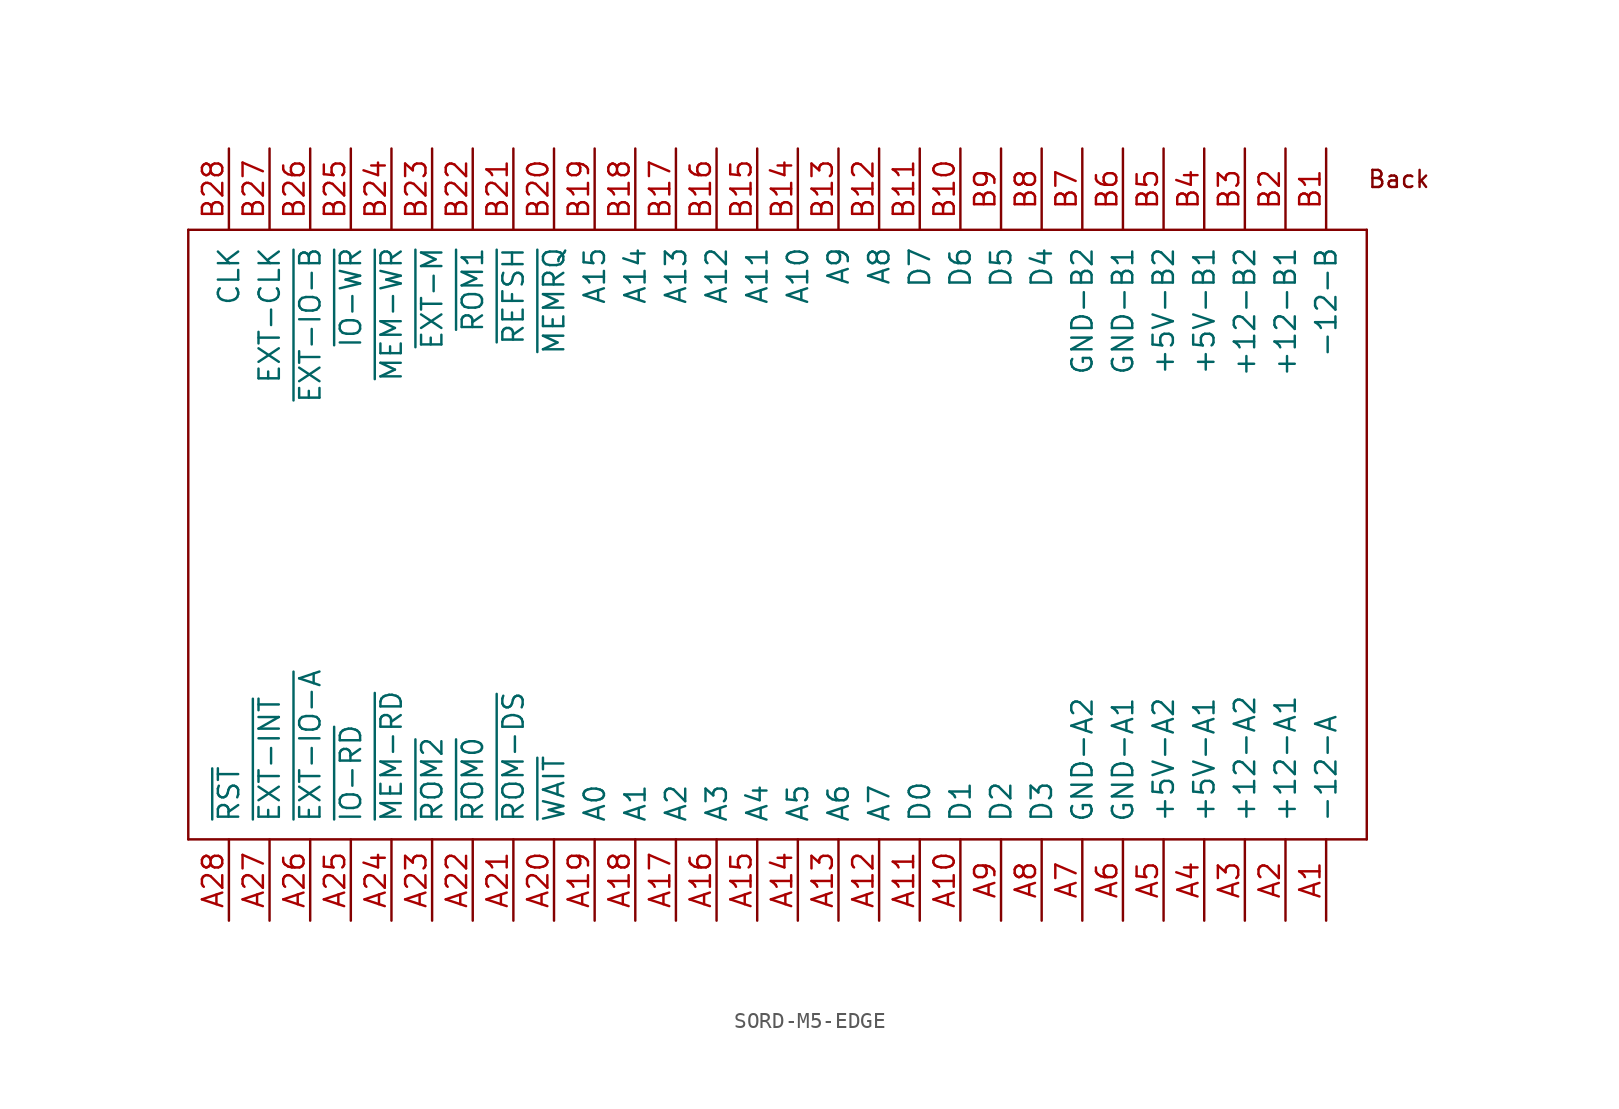
<source format=kicad_sym>
(kicad_symbol_lib
  (version 20231120)
  (generator "kicad_symbol_editor")
  (generator_version "8.0")
  (symbol "SORD-M5-EDGE"
    (pin_names
      (offset 1.016))
    (property "Reference" "U"
      (at 0 0 0)
      (effects (font (size 1.27 1.27)) (hide yes)))
    (symbol "SORD-M5-EDGE_1_0"
      (polyline (pts (xy -35.56 -17.78) (xy 38.1 -17.78)) (stroke (width 0) (type solid)) (fill (type none)))
      (polyline (pts (xy -35.56 20.32) (xy -35.56 -17.78)) (stroke (width 0) (type solid)) (fill (type none)))
      (polyline (pts (xy 38.1 -17.78) (xy 38.1 20.32)) (stroke (width 0) (type solid)) (fill (type none)))
      (polyline (pts (xy 38.1 20.32) (xy -35.56 20.32)) (stroke (width 0) (type solid)) (fill (type none)))
      (text "Back" (at 38.1 22.86 0) (effects (font (size 1.067 1.067)) (justify left bottom)))
      (pin power_out line (at 35.56 -22.86 90) (length 5.08) (name "-12-A" (effects (font (size 1.27 1.27)))) (number "A1" (effects (font (size 1.27 1.27)))))
      (pin bidirectional line (at 12.7 -22.86 90) (length 5.08) (name "D1" (effects (font (size 1.27 1.27)))) (number "A10" (effects (font (size 1.27 1.27)))))
      (pin bidirectional line (at 10.16 -22.86 90) (length 5.08) (name "D0" (effects (font (size 1.27 1.27)))) (number "A11" (effects (font (size 1.27 1.27)))))
      (pin output line (at 7.62 -22.86 90) (length 5.08) (name "A7" (effects (font (size 1.27 1.27)))) (number "A12" (effects (font (size 1.27 1.27)))))
      (pin output line (at 5.08 -22.86 90) (length 5.08) (name "A6" (effects (font (size 1.27 1.27)))) (number "A13" (effects (font (size 1.27 1.27)))))
      (pin output line (at 2.54 -22.86 90) (length 5.08) (name "A5" (effects (font (size 1.27 1.27)))) (number "A14" (effects (font (size 1.27 1.27)))))
      (pin output line (at 0 -22.86 90) (length 5.08) (name "A4" (effects (font (size 1.27 1.27)))) (number "A15" (effects (font (size 1.27 1.27)))))
      (pin output line (at -2.54 -22.86 90) (length 5.08) (name "A3" (effects (font (size 1.27 1.27)))) (number "A16" (effects (font (size 1.27 1.27)))))
      (pin output line (at -5.08 -22.86 90) (length 5.08) (name "A2" (effects (font (size 1.27 1.27)))) (number "A17" (effects (font (size 1.27 1.27)))))
      (pin output line (at -7.62 -22.86 90) (length 5.08) (name "A1" (effects (font (size 1.27 1.27)))) (number "A18" (effects (font (size 1.27 1.27)))))
      (pin output line (at -10.16 -22.86 90) (length 5.08) (name "A0" (effects (font (size 1.27 1.27)))) (number "A19" (effects (font (size 1.27 1.27)))))
      (pin power_out line (at 33.02 -22.86 90) (length 5.08) (name "+12-A1" (effects (font (size 1.27 1.27)))) (number "A2" (effects (font (size 1.27 1.27)))))
      (pin input line (at -12.7 -22.86 90) (length 5.08) (name "~{WAIT}" (effects (font (size 1.27 1.27)))) (number "A20" (effects (font (size 1.27 1.27)))))
      (pin input line (at -15.24 -22.86 90) (length 5.08) (name "~{ROM-DS}" (effects (font (size 1.27 1.27)))) (number "A21" (effects (font (size 1.27 1.27)))))
      (pin output line (at -17.78 -22.86 90) (length 5.08) (name "~{ROM0}" (effects (font (size 1.27 1.27)))) (number "A22" (effects (font (size 1.27 1.27)))))
      (pin output line (at -20.32 -22.86 90) (length 5.08) (name "~{ROM2}" (effects (font (size 1.27 1.27)))) (number "A23" (effects (font (size 1.27 1.27)))))
      (pin output line (at -22.86 -22.86 90) (length 5.08) (name "~{MEM-RD}" (effects (font (size 1.27 1.27)))) (number "A24" (effects (font (size 1.27 1.27)))))
      (pin output line (at -25.4 -22.86 90) (length 5.08) (name "~{IO-RD}" (effects (font (size 1.27 1.27)))) (number "A25" (effects (font (size 1.27 1.27)))))
      (pin output line (at -27.94 -22.86 90) (length 5.08) (name "~{EXT-IO-A}" (effects (font (size 1.27 1.27)))) (number "A26" (effects (font (size 1.27 1.27)))))
      (pin output line (at -30.48 -22.86 90) (length 5.08) (name "~{EXT-INT}" (effects (font (size 1.27 1.27)))) (number "A27" (effects (font (size 1.27 1.27)))))
      (pin output line (at -33.02 -22.86 90) (length 5.08) (name "~{RST}" (effects (font (size 1.27 1.27)))) (number "A28" (effects (font (size 1.27 1.27)))))
      (pin power_out line (at 30.48 -22.86 90) (length 5.08) (name "+12-A2" (effects (font (size 1.27 1.27)))) (number "A3" (effects (font (size 1.27 1.27)))))
      (pin power_out line (at 27.94 -22.86 90) (length 5.08) (name "+5V-A1" (effects (font (size 1.27 1.27)))) (number "A4" (effects (font (size 1.27 1.27)))))
      (pin power_out line (at 25.4 -22.86 90) (length 5.08) (name "+5V-A2" (effects (font (size 1.27 1.27)))) (number "A5" (effects (font (size 1.27 1.27)))))
      (pin power_out line (at 22.86 -22.86 90) (length 5.08) (name "GND-A1" (effects (font (size 1.27 1.27)))) (number "A6" (effects (font (size 1.27 1.27)))))
      (pin power_out line (at 20.32 -22.86 90) (length 5.08) (name "GND-A2" (effects (font (size 1.27 1.27)))) (number "A7" (effects (font (size 1.27 1.27)))))
      (pin bidirectional line (at 17.78 -22.86 90) (length 5.08) (name "D3" (effects (font (size 1.27 1.27)))) (number "A8" (effects (font (size 1.27 1.27)))))
      (pin bidirectional line (at 15.24 -22.86 90) (length 5.08) (name "D2" (effects (font (size 1.27 1.27)))) (number "A9" (effects (font (size 1.27 1.27)))))
      (pin power_out line (at 35.56 25.4 270) (length 5.08) (name "-12-B" (effects (font (size 1.27 1.27)))) (number "B1" (effects (font (size 1.27 1.27)))))
      (pin bidirectional line (at 12.7 25.4 270) (length 5.08) (name "D6" (effects (font (size 1.27 1.27)))) (number "B10" (effects (font (size 1.27 1.27)))))
      (pin bidirectional line (at 10.16 25.4 270) (length 5.08) (name "D7" (effects (font (size 1.27 1.27)))) (number "B11" (effects (font (size 1.27 1.27)))))
      (pin output line (at 7.62 25.4 270) (length 5.08) (name "A8" (effects (font (size 1.27 1.27)))) (number "B12" (effects (font (size 1.27 1.27)))))
      (pin output line (at 5.08 25.4 270) (length 5.08) (name "A9" (effects (font (size 1.27 1.27)))) (number "B13" (effects (font (size 1.27 1.27)))))
      (pin output line (at 2.54 25.4 270) (length 5.08) (name "A10" (effects (font (size 1.27 1.27)))) (number "B14" (effects (font (size 1.27 1.27)))))
      (pin output line (at 0 25.4 270) (length 5.08) (name "A11" (effects (font (size 1.27 1.27)))) (number "B15" (effects (font (size 1.27 1.27)))))
      (pin output line (at -2.54 25.4 270) (length 5.08) (name "A12" (effects (font (size 1.27 1.27)))) (number "B16" (effects (font (size 1.27 1.27)))))
      (pin output line (at -5.08 25.4 270) (length 5.08) (name "A13" (effects (font (size 1.27 1.27)))) (number "B17" (effects (font (size 1.27 1.27)))))
      (pin output line (at -7.62 25.4 270) (length 5.08) (name "A14" (effects (font (size 1.27 1.27)))) (number "B18" (effects (font (size 1.27 1.27)))))
      (pin output line (at -10.16 25.4 270) (length 5.08) (name "A15" (effects (font (size 1.27 1.27)))) (number "B19" (effects (font (size 1.27 1.27)))))
      (pin power_out line (at 33.02 25.4 270) (length 5.08) (name "+12-B1" (effects (font (size 1.27 1.27)))) (number "B2" (effects (font (size 1.27 1.27)))))
      (pin output line (at -12.7 25.4 270) (length 5.08) (name "~{MEMRQ}" (effects (font (size 1.27 1.27)))) (number "B20" (effects (font (size 1.27 1.27)))))
      (pin output line (at -15.24 25.4 270) (length 5.08) (name "~{REFSH}" (effects (font (size 1.27 1.27)))) (number "B21" (effects (font (size 1.27 1.27)))))
      (pin output line (at -17.78 25.4 270) (length 5.08) (name "~{ROM1}" (effects (font (size 1.27 1.27)))) (number "B22" (effects (font (size 1.27 1.27)))))
      (pin output line (at -20.32 25.4 270) (length 5.08) (name "~{EXT-M}" (effects (font (size 1.27 1.27)))) (number "B23" (effects (font (size 1.27 1.27)))))
      (pin output line (at -22.86 25.4 270) (length 5.08) (name "~{MEM-WR}" (effects (font (size 1.27 1.27)))) (number "B24" (effects (font (size 1.27 1.27)))))
      (pin output line (at -25.4 25.4 270) (length 5.08) (name "~{IO-WR}" (effects (font (size 1.27 1.27)))) (number "B25" (effects (font (size 1.27 1.27)))))
      (pin output line (at -27.94 25.4 270) (length 5.08) (name "~{EXT-IO-B}" (effects (font (size 1.27 1.27)))) (number "B26" (effects (font (size 1.27 1.27)))))
      (pin output line (at -30.48 25.4 270) (length 5.08) (name "EXT-CLK" (effects (font (size 1.27 1.27)))) (number "B27" (effects (font (size 1.27 1.27)))))
      (pin output line (at -33.02 25.4 270) (length 5.08) (name "CLK" (effects (font (size 1.27 1.27)))) (number "B28" (effects (font (size 1.27 1.27)))))
      (pin power_out line (at 30.48 25.4 270) (length 5.08) (name "+12-B2" (effects (font (size 1.27 1.27)))) (number "B3" (effects (font (size 1.27 1.27)))))
      (pin power_out line (at 27.94 25.4 270) (length 5.08) (name "+5V-B1" (effects (font (size 1.27 1.27)))) (number "B4" (effects (font (size 1.27 1.27)))))
      (pin power_out line (at 25.4 25.4 270) (length 5.08) (name "+5V-B2" (effects (font (size 1.27 1.27)))) (number "B5" (effects (font (size 1.27 1.27)))))
      (pin power_out line (at 22.86 25.4 270) (length 5.08) (name "GND-B1" (effects (font (size 1.27 1.27)))) (number "B6" (effects (font (size 1.27 1.27)))))
      (pin power_out line (at 20.32 25.4 270) (length 5.08) (name "GND-B2" (effects (font (size 1.27 1.27)))) (number "B7" (effects (font (size 1.27 1.27)))))
      (pin bidirectional line (at 17.78 25.4 270) (length 5.08) (name "D4" (effects (font (size 1.27 1.27)))) (number "B8" (effects (font (size 1.27 1.27)))))
      (pin bidirectional line (at 15.24 25.4 270) (length 5.08) (name "D5" (effects (font (size 1.27 1.27)))) (number "B9" (effects (font (size 1.27 1.27))))))))
</source>
